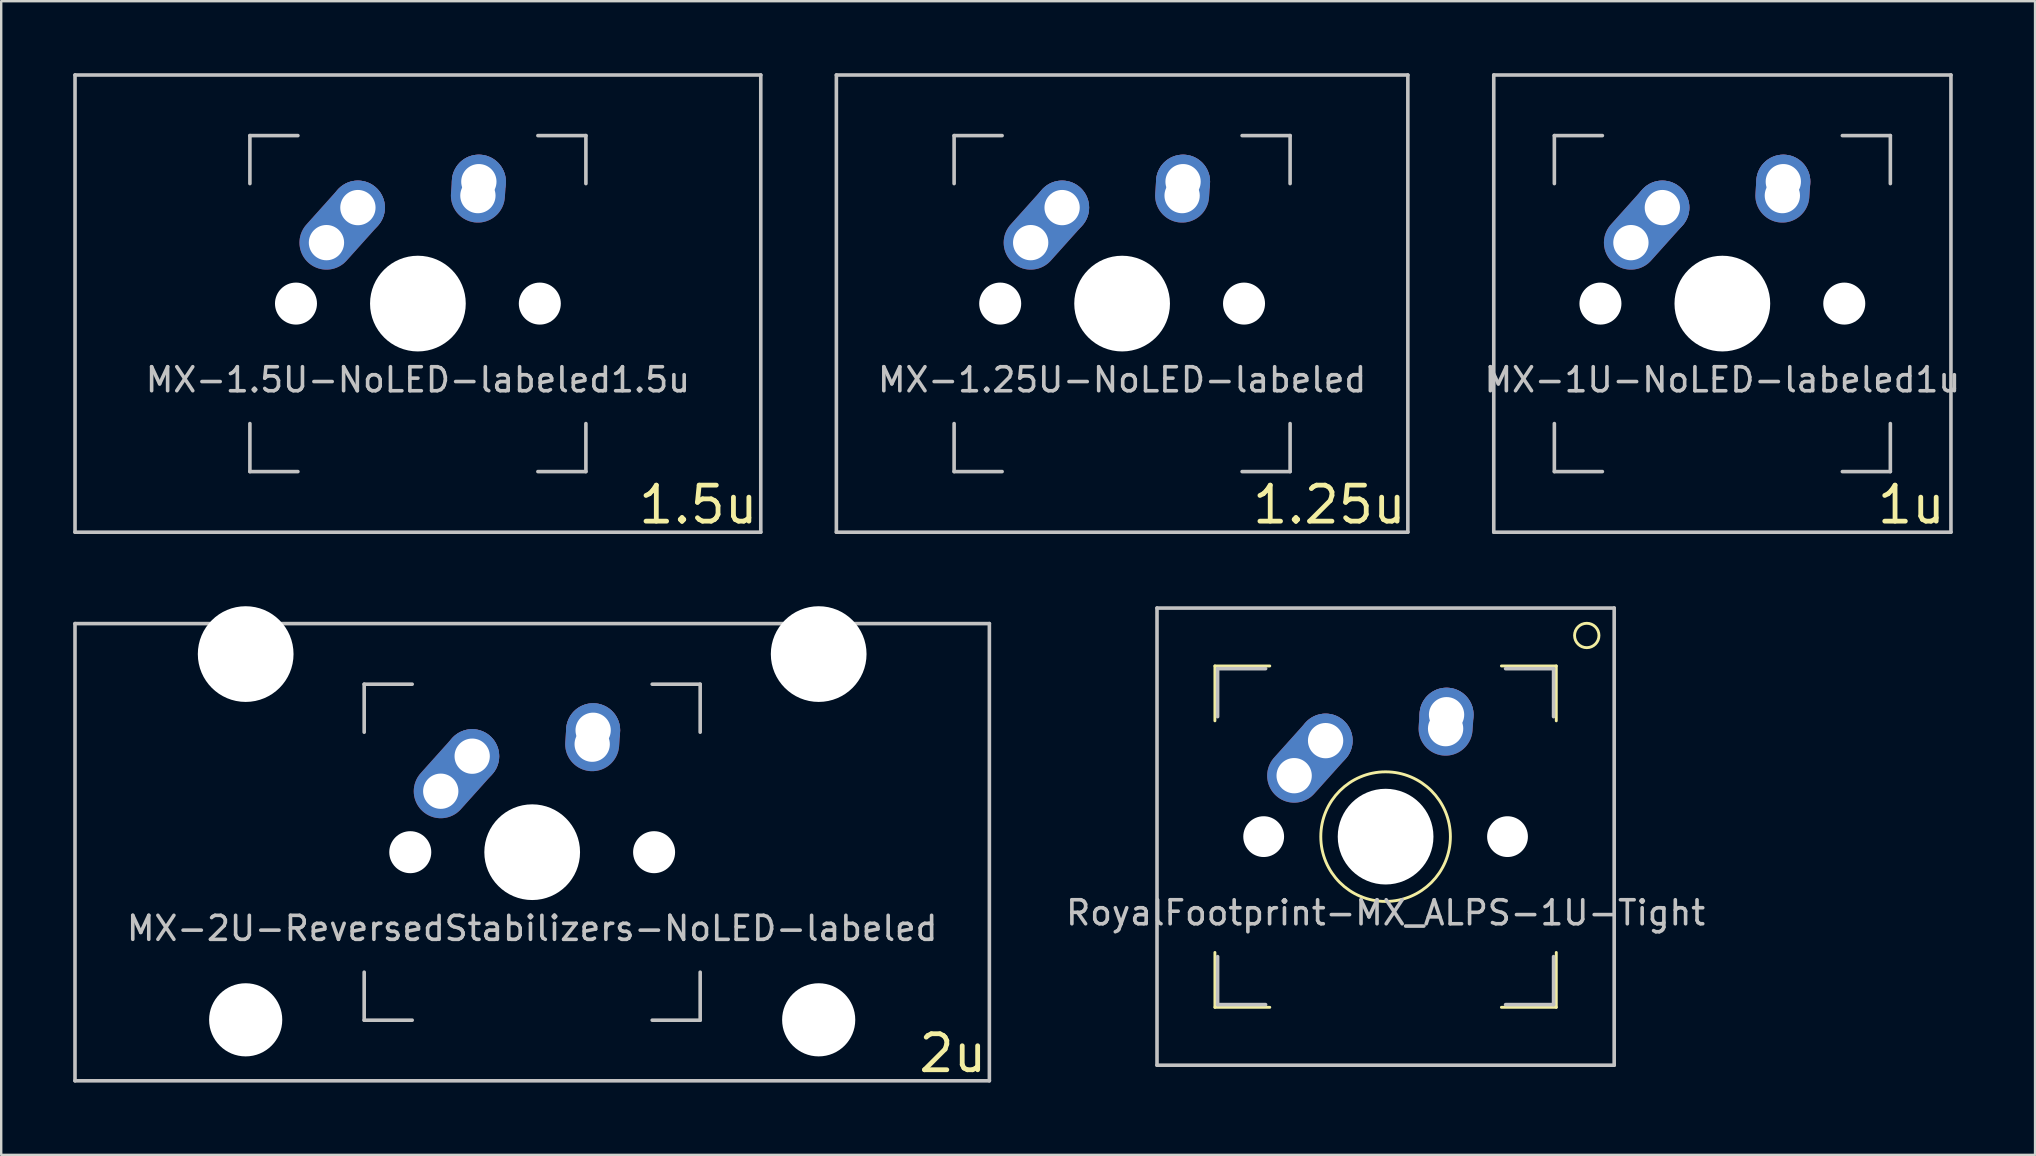
<source format=kicad_pcb>
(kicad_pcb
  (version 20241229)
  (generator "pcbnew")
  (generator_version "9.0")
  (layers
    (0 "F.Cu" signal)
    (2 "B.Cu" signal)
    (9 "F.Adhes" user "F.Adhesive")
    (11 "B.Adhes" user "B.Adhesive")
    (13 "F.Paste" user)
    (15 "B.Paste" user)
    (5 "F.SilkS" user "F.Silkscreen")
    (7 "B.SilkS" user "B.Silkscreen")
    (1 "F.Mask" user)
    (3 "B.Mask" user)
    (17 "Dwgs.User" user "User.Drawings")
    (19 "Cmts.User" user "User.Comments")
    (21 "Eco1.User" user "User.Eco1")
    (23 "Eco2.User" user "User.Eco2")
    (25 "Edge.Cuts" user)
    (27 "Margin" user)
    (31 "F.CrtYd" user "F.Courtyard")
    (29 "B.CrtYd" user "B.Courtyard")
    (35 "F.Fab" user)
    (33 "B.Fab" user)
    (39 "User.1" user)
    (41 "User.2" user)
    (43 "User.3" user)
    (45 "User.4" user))
  (footprint "MX-1U-NoLED-labeled1u"
    (layer "F.Cu")
    (at 68.717 9.6)
    (property "Reference" "MX-1U-NoLED-labeled1u" (at 0 3.175 0) (layer "Dwgs.User") (effects (font (size 1 1) (thickness 0.15))))
    (attr through_hole)
    (fp_line (start -9.525 -9.525) (end 9.525 -9.525) (stroke (width 0.15) (type solid)) (layer "Dwgs.User"))
    (fp_line (start -9.525 9.525) (end -9.525 -9.525) (stroke (width 0.15) (type solid)) (layer "Dwgs.User"))
    (fp_line (start -7 -7) (end -7 -5) (stroke (width 0.15) (type solid)) (layer "Dwgs.User"))
    (fp_line (start -7 5) (end -7 7) (stroke (width 0.15) (type solid)) (layer "Dwgs.User"))
    (fp_line (start -7 7) (end -5 7) (stroke (width 0.15) (type solid)) (layer "Dwgs.User"))
    (fp_line (start -5 -7) (end -7 -7) (stroke (width 0.15) (type solid)) (layer "Dwgs.User"))
    (fp_line (start 5 -7) (end 7 -7) (stroke (width 0.15) (type solid)) (layer "Dwgs.User"))
    (fp_line (start 5 7) (end 7 7) (stroke (width 0.15) (type solid)) (layer "Dwgs.User"))
    (fp_line (start 7 -7) (end 7 -5) (stroke (width 0.15) (type solid)) (layer "Dwgs.User"))
    (fp_line (start 7 7) (end 7 5) (stroke (width 0.15) (type solid)) (layer "Dwgs.User"))
    (fp_line (start 9.525 -9.525) (end 9.525 9.525) (stroke (width 0.15) (type solid)) (layer "Dwgs.User"))
    (fp_line (start 9.525 9.525) (end -9.525 9.525) (stroke (width 0.15) (type solid)) (layer "Dwgs.User"))
    (fp_text user "1u" (at 7.874 8.382 0) (layer "F.SilkS") (effects (font (size 1.5 1.5) (thickness 0.2))))
    (pad "" np_thru_hole circle (at -5.08 0 48.1) (size 1.75 1.75) (drill 1.75) (layers "*.Cu" "*.Mask"))
    (pad "" np_thru_hole circle (at 0 0) (size 3.988 3.988) (drill 3.988) (layers "*.Cu" "*.Mask"))
    (pad "" np_thru_hole circle (at 5.08 0 48.1) (size 1.75 1.75) (drill 1.75) (layers "*.Cu" "*.Mask"))
    (pad "1" thru_hole oval (at -3.81 -2.54 48.1) (size 4.212 2.25) (drill 1.47 (offset 0.981 0)) (layers "*.Cu" "B.Mask"))
    (pad "1" thru_hole circle (at -2.5 -4) (size 2.25 2.25) (drill 1.47) (layers "*.Cu" "B.Mask"))
    (pad "2" thru_hole oval (at 2.5 -4.5 86.055) (size 2.831 2.25) (drill 1.47 (offset 0.291 0)) (layers "*.Cu" "B.Mask"))
    (pad "2" thru_hole circle (at 2.54 -5.08) (size 2.25 2.25) (drill 1.47) (layers "*.Cu" "B.Mask")))
  (footprint "MX-1.25U-NoLED-labeled"
    (layer "F.Cu")
    (at 43.706 9.6)
    (property "Reference" "MX-1.25U-NoLED-labeled" (at 0 3.175 0) (layer "Dwgs.User") (effects (font (size 1 1) (thickness 0.15))))
    (attr through_hole)
    (fp_line (start -11.906 -9.525) (end 11.906 -9.525) (stroke (width 0.15) (type solid)) (layer "Dwgs.User"))
    (fp_line (start -11.906 9.525) (end -11.906 -9.525) (stroke (width 0.15) (type solid)) (layer "Dwgs.User"))
    (fp_line (start -7 -7) (end -7 -5) (stroke (width 0.15) (type solid)) (layer "Dwgs.User"))
    (fp_line (start -7 5) (end -7 7) (stroke (width 0.15) (type solid)) (layer "Dwgs.User"))
    (fp_line (start -7 7) (end -5 7) (stroke (width 0.15) (type solid)) (layer "Dwgs.User"))
    (fp_line (start -5 -7) (end -7 -7) (stroke (width 0.15) (type solid)) (layer "Dwgs.User"))
    (fp_line (start 5 -7) (end 7 -7) (stroke (width 0.15) (type solid)) (layer "Dwgs.User"))
    (fp_line (start 5 7) (end 7 7) (stroke (width 0.15) (type solid)) (layer "Dwgs.User"))
    (fp_line (start 7 -7) (end 7 -5) (stroke (width 0.15) (type solid)) (layer "Dwgs.User"))
    (fp_line (start 7 7) (end 7 5) (stroke (width 0.15) (type solid)) (layer "Dwgs.User"))
    (fp_line (start 11.906 -9.525) (end 11.906 9.525) (stroke (width 0.15) (type solid)) (layer "Dwgs.User"))
    (fp_line (start 11.906 9.525) (end -11.906 9.525) (stroke (width 0.15) (type solid)) (layer "Dwgs.User"))
    (fp_text user "1.25u" (at 8.636 8.382 0) (layer "F.SilkS") (effects (font (size 1.5 1.5) (thickness 0.2))))
    (pad "" np_thru_hole circle (at -5.08 0 48.1) (size 1.75 1.75) (drill 1.75) (layers "*.Cu" "*.Mask"))
    (pad "" np_thru_hole circle (at 0 0) (size 3.988 3.988) (drill 3.988) (layers "*.Cu" "*.Mask"))
    (pad "" np_thru_hole circle (at 5.08 0 48.1) (size 1.75 1.75) (drill 1.75) (layers "*.Cu" "*.Mask"))
    (pad "1" thru_hole oval (at -3.81 -2.54 48.1) (size 4.212 2.25) (drill 1.47 (offset 0.981 0)) (layers "*.Cu" "B.Mask"))
    (pad "1" thru_hole circle (at -2.5 -4) (size 2.25 2.25) (drill 1.47) (layers "*.Cu" "B.Mask"))
    (pad "2" thru_hole oval (at 2.5 -4.5 86.055) (size 2.831 2.25) (drill 1.47 (offset 0.291 0)) (layers "*.Cu" "B.Mask"))
    (pad "2" thru_hole circle (at 2.54 -5.08) (size 2.25 2.25) (drill 1.47) (layers "*.Cu" "B.Mask")))
  (footprint "MX-2U-ReversedStabilizers-NoLED-labeled"
    (layer "F.Cu")
    (at 19.125 32.459)
    (property "Reference" "MX-2U-ReversedStabilizers-NoLED-labeled" (at 0 3.175 0) (layer "Dwgs.User") (effects (font (size 1 1) (thickness 0.15))))
    (attr through_hole)
    (fp_line (start -19.05 -9.525) (end 19.05 -9.525) (stroke (width 0.15) (type solid)) (layer "Dwgs.User"))
    (fp_line (start -19.05 9.525) (end -19.05 -9.525) (stroke (width 0.15) (type solid)) (layer "Dwgs.User"))
    (fp_line (start -19.05 9.525) (end 19.05 9.525) (stroke (width 0.15) (type solid)) (layer "Dwgs.User"))
    (fp_line (start -7 -7) (end -7 -5) (stroke (width 0.15) (type solid)) (layer "Dwgs.User"))
    (fp_line (start -7 5) (end -7 7) (stroke (width 0.15) (type solid)) (layer "Dwgs.User"))
    (fp_line (start -7 7) (end -5 7) (stroke (width 0.15) (type solid)) (layer "Dwgs.User"))
    (fp_line (start -5 -7) (end -7 -7) (stroke (width 0.15) (type solid)) (layer "Dwgs.User"))
    (fp_line (start 5 -7) (end 7 -7) (stroke (width 0.15) (type solid)) (layer "Dwgs.User"))
    (fp_line (start 5 7) (end 7 7) (stroke (width 0.15) (type solid)) (layer "Dwgs.User"))
    (fp_line (start 7 -7) (end 7 -5) (stroke (width 0.15) (type solid)) (layer "Dwgs.User"))
    (fp_line (start 7 7) (end 7 5) (stroke (width 0.15) (type solid)) (layer "Dwgs.User"))
    (fp_line (start 19.05 -9.525) (end 19.05 9.525) (stroke (width 0.15) (type solid)) (layer "Dwgs.User"))
    (fp_text user "2u" (at 17.526 8.382 0) (layer "F.SilkS") (effects (font (size 1.5 1.5) (thickness 0.2))))
    (pad "" np_thru_hole circle (at -11.938 -8.255) (size 3.988 3.988) (drill 3.988) (layers "*.Cu" "*.Mask"))
    (pad "" np_thru_hole circle (at -11.938 6.985) (size 3.048 3.048) (drill 3.048) (layers "*.Cu" "*.Mask"))
    (pad "" np_thru_hole circle (at -5.08 0 48.1) (size 1.75 1.75) (drill 1.75) (layers "*.Cu" "*.Mask"))
    (pad "" np_thru_hole circle (at 0 0) (size 3.988 3.988) (drill 3.988) (layers "*.Cu" "*.Mask"))
    (pad "" np_thru_hole circle (at 5.08 0 48.1) (size 1.75 1.75) (drill 1.75) (layers "*.Cu" "*.Mask"))
    (pad "" np_thru_hole circle (at 11.938 -8.255) (size 3.988 3.988) (drill 3.988) (layers "*.Cu" "*.Mask"))
    (pad "" np_thru_hole circle (at 11.938 6.985) (size 3.048 3.048) (drill 3.048) (layers "*.Cu" "*.Mask"))
    (pad "1" thru_hole oval (at -3.81 -2.54 48.1) (size 4.212 2.25) (drill 1.47 (offset 0.981 0)) (layers "*.Cu" "B.Mask"))
    (pad "1" thru_hole circle (at -2.5 -4) (size 2.25 2.25) (drill 1.47) (layers "*.Cu" "B.Mask"))
    (pad "2" thru_hole oval (at 2.5 -4.5 86.055) (size 2.831 2.25) (drill 1.47 (offset 0.291 0)) (layers "*.Cu" "B.Mask"))
    (pad "2" thru_hole circle (at 2.54 -5.08) (size 2.25 2.25) (drill 1.47) (layers "*.Cu" "B.Mask")))
  (footprint "MX-1.5U-NoLED-labeled1.5u"
    (layer "F.Cu")
    (at 14.363 9.6)
    (property "Reference" "MX-1.5U-NoLED-labeled1.5u" (at 0 3.175 0) (layer "Dwgs.User") (effects (font (size 1 1) (thickness 0.15))))
    (attr through_hole)
    (fp_line (start -14.287 -9.525) (end 14.287 -9.525) (stroke (width 0.15) (type solid)) (layer "Dwgs.User"))
    (fp_line (start -14.287 9.525) (end -14.287 -9.525) (stroke (width 0.15) (type solid)) (layer "Dwgs.User"))
    (fp_line (start -7 -7) (end -7 -5) (stroke (width 0.15) (type solid)) (layer "Dwgs.User"))
    (fp_line (start -7 5) (end -7 7) (stroke (width 0.15) (type solid)) (layer "Dwgs.User"))
    (fp_line (start -7 7) (end -5 7) (stroke (width 0.15) (type solid)) (layer "Dwgs.User"))
    (fp_line (start -5 -7) (end -7 -7) (stroke (width 0.15) (type solid)) (layer "Dwgs.User"))
    (fp_line (start 5 -7) (end 7 -7) (stroke (width 0.15) (type solid)) (layer "Dwgs.User"))
    (fp_line (start 5 7) (end 7 7) (stroke (width 0.15) (type solid)) (layer "Dwgs.User"))
    (fp_line (start 7 -7) (end 7 -5) (stroke (width 0.15) (type solid)) (layer "Dwgs.User"))
    (fp_line (start 7 7) (end 7 5) (stroke (width 0.15) (type solid)) (layer "Dwgs.User"))
    (fp_line (start 14.287 -9.525) (end 14.287 9.525) (stroke (width 0.15) (type solid)) (layer "Dwgs.User"))
    (fp_line (start 14.287 9.525) (end -14.287 9.525) (stroke (width 0.15) (type solid)) (layer "Dwgs.User"))
    (fp_text user "1.5u" (at 11.684 8.382 0) (layer "F.SilkS") (effects (font (size 1.5 1.5) (thickness 0.2))))
    (pad "" np_thru_hole circle (at -5.08 0 48.1) (size 1.75 1.75) (drill 1.75) (layers "*.Cu" "*.Mask"))
    (pad "" np_thru_hole circle (at 0 0) (size 3.988 3.988) (drill 3.988) (layers "*.Cu" "*.Mask"))
    (pad "" np_thru_hole circle (at 5.08 0 48.1) (size 1.75 1.75) (drill 1.75) (layers "*.Cu" "*.Mask"))
    (pad "1" thru_hole oval (at -3.81 -2.54 48.1) (size 4.212 2.25) (drill 1.47 (offset 0.981 0)) (layers "*.Cu" "B.Mask"))
    (pad "1" thru_hole circle (at -2.5 -4) (size 2.25 2.25) (drill 1.47) (layers "*.Cu" "B.Mask"))
    (pad "2" thru_hole oval (at 2.5 -4.5 86.055) (size 2.831 2.25) (drill 1.47 (offset 0.291 0)) (layers "*.Cu" "B.Mask"))
    (pad "2" thru_hole circle (at 2.54 -5.08) (size 2.25 2.25) (drill 1.47) (layers "*.Cu" "B.Mask")))
  (footprint "RoyalFootprint-MX_ALPS-1U-Tight"
    (layer "F.Cu")
    (at 54.685 31.811)
    (property "Reference" "RoyalFootprint-MX_ALPS-1U-Tight" (at 0 3.175 0) (layer "Dwgs.User") (effects (font (size 1 1) (thickness 0.15))))
    (attr through_hole)
    (fp_line (start -7.112 -7.112) (end -7.112 -4.826) (stroke (width 0.12) (type solid)) (layer "F.SilkS"))
    (fp_line (start -7.112 -7.112) (end -4.826 -7.112) (stroke (width 0.12) (type solid)) (layer "F.SilkS"))
    (fp_line (start -7.112 7.112) (end -7.112 4.826) (stroke (width 0.12) (type solid)) (layer "F.SilkS"))
    (fp_line (start -7.112 7.112) (end -4.826 7.112) (stroke (width 0.12) (type solid)) (layer "F.SilkS"))
    (fp_line (start 7.112 -7.112) (end 4.826 -7.112) (stroke (width 0.12) (type solid)) (layer "F.SilkS"))
    (fp_line (start 7.112 -7.112) (end 7.112 -4.826) (stroke (width 0.12) (type solid)) (layer "F.SilkS"))
    (fp_line (start 7.112 7.112) (end 4.826 7.112) (stroke (width 0.12) (type solid)) (layer "F.SilkS"))
    (fp_line (start 7.112 7.112) (end 7.112 4.826) (stroke (width 0.12) (type solid)) (layer "F.SilkS"))
    (fp_circle (center 0 0) (end 2.032 1.778) (stroke (width 0.12) (type solid)) (fill no) (layer "F.SilkS"))
    (fp_circle (center 8.382 -8.382) (end 8.382 -7.874) (stroke (width 0.12) (type solid)) (fill no) (layer "F.SilkS"))
    (fp_line (start -9.525 -9.525) (end 9.525 -9.525) (stroke (width 0.15) (type solid)) (layer "Dwgs.User"))
    (fp_line (start -9.525 9.525) (end -9.525 -9.525) (stroke (width 0.15) (type solid)) (layer "Dwgs.User"))
    (fp_line (start -7 -7) (end -7 -5) (stroke (width 0.15) (type solid)) (layer "Dwgs.User"))
    (fp_line (start -7 5) (end -7 7) (stroke (width 0.15) (type solid)) (layer "Dwgs.User"))
    (fp_line (start -7 7) (end -5 7) (stroke (width 0.15) (type solid)) (layer "Dwgs.User"))
    (fp_line (start -5 -7) (end -7 -7) (stroke (width 0.15) (type solid)) (layer "Dwgs.User"))
    (fp_line (start 5 -7) (end 7 -7) (stroke (width 0.15) (type solid)) (layer "Dwgs.User"))
    (fp_line (start 5 7) (end 7 7) (stroke (width 0.15) (type solid)) (layer "Dwgs.User"))
    (fp_line (start 7 -7) (end 7 -5) (stroke (width 0.15) (type solid)) (layer "Dwgs.User"))
    (fp_line (start 7 7) (end 7 5) (stroke (width 0.15) (type solid)) (layer "Dwgs.User"))
    (fp_line (start 9.525 -9.525) (end 9.525 9.525) (stroke (width 0.15) (type solid)) (layer "Dwgs.User"))
    (fp_line (start 9.525 9.525) (end -9.525 9.525) (stroke (width 0.15) (type solid)) (layer "Dwgs.User"))
    (pad "" np_thru_hole circle (at -5.08 0 48) (size 1.7 1.7) (drill 1.7) (layers "*.Cu" "*.Mask"))
    (pad "" np_thru_hole circle (at 0 0) (size 3.988 3.988) (drill 3.988) (layers "*.Cu" "*.Mask"))
    (pad "" np_thru_hole circle (at 5.08 0 48) (size 1.7 1.7) (drill 1.7) (layers "*.Cu" "*.Mask"))
    (pad "1" thru_hole oval (at -3.81 -2.54 48.1) (size 4.212 2.25) (drill 1.47 (offset 0.981 0)) (layers "*.Cu" "B.Mask"))
    (pad "1" thru_hole circle (at -2.5 -4) (size 2.25 2.25) (drill 1.47) (layers "*.Cu" "B.Mask"))
    (pad "2" thru_hole oval (at 2.5 -4.5 86.055) (size 2.831 2.25) (drill 1.47 (offset 0.291 0)) (layers "*.Cu" "B.Mask"))
    (pad "2" thru_hole circle (at 2.54 -5.08) (size 2.25 2.25) (drill 1.47) (layers "*.Cu" "B.Mask")))
  (gr_rect
    (start -3 -3)
    (end 81.747 45.07)
    (stroke (width 0.1) (type default))
    (fill no)
    (layer "Edge.Cuts")))
</source>
